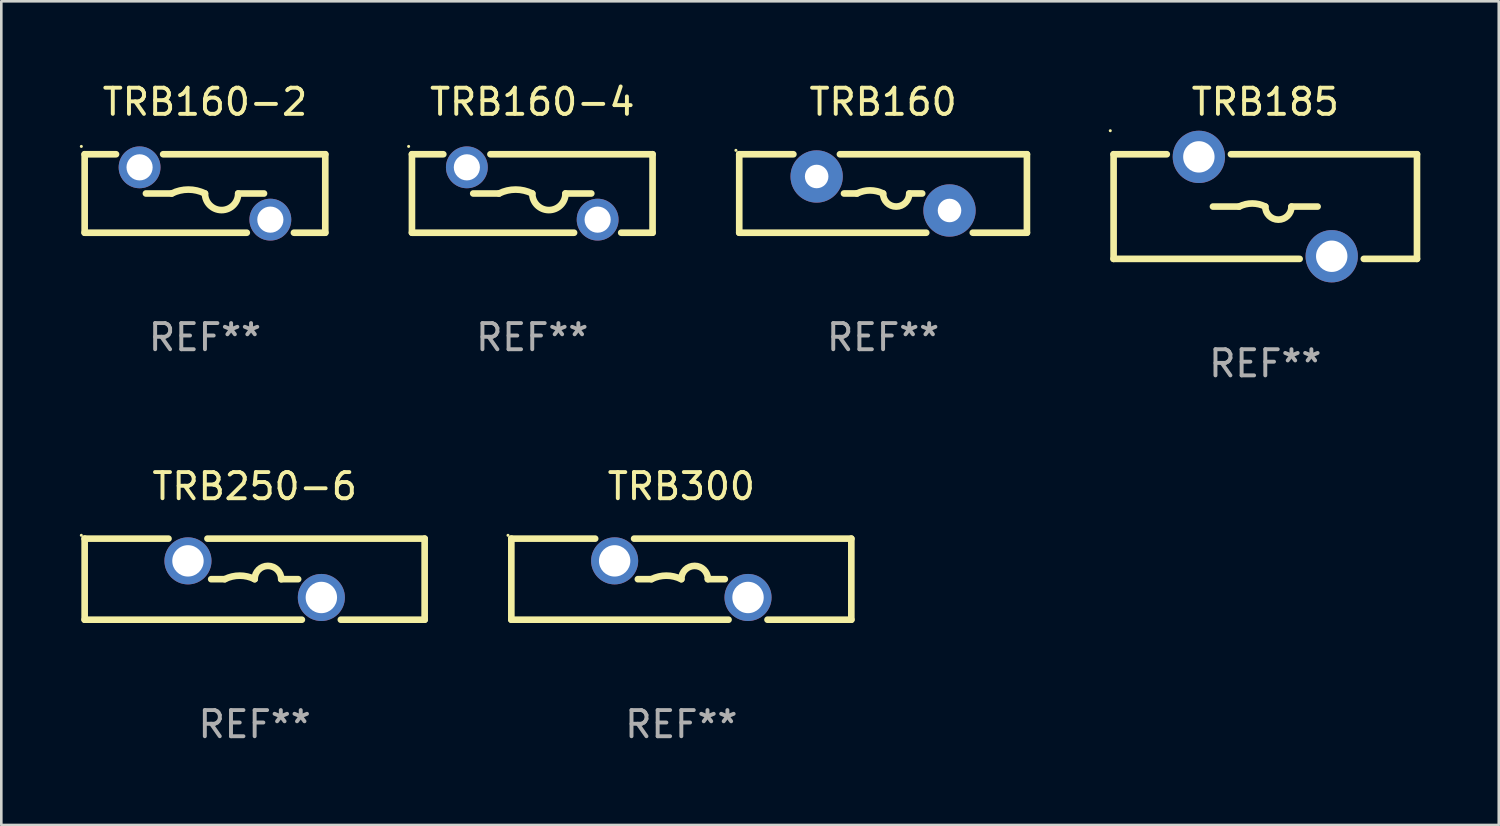
<source format=kicad_pcb>
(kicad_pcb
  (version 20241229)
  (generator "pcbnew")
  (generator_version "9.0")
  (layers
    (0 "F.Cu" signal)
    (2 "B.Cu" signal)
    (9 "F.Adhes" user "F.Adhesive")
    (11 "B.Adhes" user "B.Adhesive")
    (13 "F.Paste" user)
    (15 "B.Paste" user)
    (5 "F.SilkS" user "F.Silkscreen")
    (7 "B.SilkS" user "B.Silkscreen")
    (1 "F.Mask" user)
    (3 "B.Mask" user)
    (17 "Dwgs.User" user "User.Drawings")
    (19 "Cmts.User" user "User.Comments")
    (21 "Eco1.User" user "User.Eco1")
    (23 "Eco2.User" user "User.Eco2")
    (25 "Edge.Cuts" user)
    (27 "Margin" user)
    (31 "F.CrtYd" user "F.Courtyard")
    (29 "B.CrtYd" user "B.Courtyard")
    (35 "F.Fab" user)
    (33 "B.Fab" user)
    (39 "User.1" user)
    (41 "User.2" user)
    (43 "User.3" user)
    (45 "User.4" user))
  (footprint "TRB160"
    (layer "F.Cu")
    (at 30.715 4.348)
    (property "Reference" "TRB160" (at 0 -3.5 0) (layer "F.SilkS") (effects (font (size 1 1) (thickness 0.15))))
    (attr through_hole)
    (fp_line (start -5.5 -1.5) (end -5.5 1.5) (stroke (width 0.254) (type solid)) (layer "F.SilkS"))
    (fp_line (start -5.5 -1.5) (end -3.43 -1.5) (stroke (width 0.254) (type solid)) (layer "F.SilkS"))
    (fp_line (start -5.5 1.5) (end 1.65 1.5) (stroke (width 0.254) (type solid)) (layer "F.SilkS"))
    (fp_line (start -1.65 -1.5) (end 5.5 -1.5) (stroke (width 0.254) (type solid)) (layer "F.SilkS"))
    (fp_line (start -1 -0.000127) (end -1.495 -0.000127) (stroke (width 0.254) (type solid)) (layer "F.SilkS"))
    (fp_line (start 1.001 -0.000127) (end 1.495 -0.000127) (stroke (width 0.254) (type solid)) (layer "F.SilkS"))
    (fp_line (start 3.43 1.5) (end 5.5 1.5) (stroke (width 0.254) (type solid)) (layer "F.SilkS"))
    (fp_line (start 5.5 -1.5) (end 5.5 1.5) (stroke (width 0.254) (type solid)) (layer "F.SilkS"))
    (fp_arc (start -1 -0.000127) (mid -0.5 -0.118148) (end 0 -0.000127) (stroke (width 0.254001) (type solid)) (layer "F.SilkS"))
    (fp_arc (start 1.000762 -0.000127) (mid 0.500381 0.5) (end 0 -0.000127) (stroke (width 0.254001) (type solid)) (layer "F.SilkS"))
    (fp_circle (center -5.627 -1.65) (end -5.597 -1.65) (stroke (width 0.06) (type solid)) (fill no) (layer "F.SilkS"))
    (fp_text user "REF**" (at 0 5.5 0) (layer "F.Fab") (effects (font (size 1 1) (thickness 0.15))))
    (pad "1" thru_hole circle (at -2.54 -0.65) (size 2 2) (drill 0.9) (layers "*.Cu" "*.Mask"))
    (pad "2" thru_hole circle (at 2.54 0.65) (size 2 2) (drill 0.9) (layers "*.Cu" "*.Mask")))
  (footprint "TRB300"
    (layer "F.Cu")
    (at 23.001 19.095)
    (property "Reference" "TRB300" (at 0 -3.55 0) (layer "F.SilkS") (effects (font (size 1 1) (thickness 0.15))))
    (attr through_hole)
    (fp_line (start -6.5 1.55) (end -6.5 -1.55) (stroke (width 0.254) (type solid)) (layer "F.SilkS"))
    (fp_line (start -6.5 1.55) (end 1.805 1.55) (stroke (width 0.254) (type solid)) (layer "F.SilkS"))
    (fp_line (start -6.5 -1.55) (end -3.295 -1.55) (stroke (width 0.254) (type solid)) (layer "F.SilkS"))
    (fp_line (start -1.805 -1.55) (end 6.5 -1.55) (stroke (width 0.254) (type solid)) (layer "F.SilkS"))
    (fp_line (start -1.662 0) (end -1.143 0) (stroke (width 0.254) (type solid)) (layer "F.SilkS"))
    (fp_line (start 1.662 0) (end 1.016 0) (stroke (width 0.254) (type solid)) (layer "F.SilkS"))
    (fp_line (start 3.295 1.55) (end 6.5 1.55) (stroke (width 0.254) (type solid)) (layer "F.SilkS"))
    (fp_line (start 6.5 -1.55) (end 6.5 1.55) (stroke (width 0.254) (type solid)) (layer "F.SilkS"))
    (fp_arc (start -1.143002 0) (mid -0.571501 -0.134913) (end 0 0) (stroke (width 0.254001) (type solid)) (layer "F.SilkS"))
    (fp_arc (start 0 0) (mid 0.508001 -0.508001) (end 1.016002 0) (stroke (width 0.254001) (type solid)) (layer "F.SilkS"))
    (fp_circle (center -6.627 -1.677) (end -6.597 -1.677) (stroke (width 0.06) (type solid)) (fill no) (layer "F.SilkS"))
    (fp_text user "REF**" (at 0 5.55 0) (layer "F.Fab") (effects (font (size 1 1) (thickness 0.15))))
    (pad "1" thru_hole circle (at -2.55 -0.7) (size 1.8 1.8) (drill 1.2) (layers "*.Cu" "*.Mask"))
    (pad "2" thru_hole circle (at 2.55 0.7) (size 1.8 1.8) (drill 1.2) (layers "*.Cu" "*.Mask")))
  (footprint "TRB250-6"
    (layer "F.Cu")
    (at 6.687 19.095)
    (property "Reference" "TRB250-6" (at 0 -3.55 0) (layer "F.SilkS") (effects (font (size 1 1) (thickness 0.15))))
    (attr through_hole)
    (fp_line (start -6.5 1.55) (end -6.5 -1.55) (stroke (width 0.254) (type solid)) (layer "F.SilkS"))
    (fp_line (start -6.5 1.55) (end 1.805 1.55) (stroke (width 0.254) (type solid)) (layer "F.SilkS"))
    (fp_line (start -6.5 -1.55) (end -3.295 -1.55) (stroke (width 0.254) (type solid)) (layer "F.SilkS"))
    (fp_line (start -1.805 -1.55) (end 6.5 -1.55) (stroke (width 0.254) (type solid)) (layer "F.SilkS"))
    (fp_line (start -1.662 0) (end -1.143 0) (stroke (width 0.254) (type solid)) (layer "F.SilkS"))
    (fp_line (start 1.662 0) (end 1.016 0) (stroke (width 0.254) (type solid)) (layer "F.SilkS"))
    (fp_line (start 3.295 1.55) (end 6.5 1.55) (stroke (width 0.254) (type solid)) (layer "F.SilkS"))
    (fp_line (start 6.5 -1.55) (end 6.5 1.55) (stroke (width 0.254) (type solid)) (layer "F.SilkS"))
    (fp_arc (start -1.143002 0) (mid -0.571501 -0.134913) (end 0 0) (stroke (width 0.254001) (type solid)) (layer "F.SilkS"))
    (fp_arc (start 0 0) (mid 0.508001 -0.508001) (end 1.016002 0) (stroke (width 0.254001) (type solid)) (layer "F.SilkS"))
    (fp_circle (center -6.627 -1.677) (end -6.597 -1.677) (stroke (width 0.06) (type solid)) (fill no) (layer "F.SilkS"))
    (fp_text user "REF**" (at 0 5.55 0) (layer "F.Fab") (effects (font (size 1 1) (thickness 0.15))))
    (pad "1" thru_hole circle (at -2.55 -0.7) (size 1.8 1.8) (drill 1.2) (layers "*.Cu" "*.Mask"))
    (pad "2" thru_hole circle (at 2.55 0.7) (size 1.8 1.8) (drill 1.2) (layers "*.Cu" "*.Mask")))
  (footprint "TRB160-4"
    (layer "F.Cu")
    (at 17.301 4.348)
    (property "Reference" "TRB160-4" (at 0 -3.5 0) (layer "F.SilkS") (effects (font (size 1 1) (thickness 0.15))))
    (attr through_hole)
    (fp_line (start -4.6 -1.5) (end -3.401 -1.5) (stroke (width 0.254) (type solid)) (layer "F.SilkS"))
    (fp_line (start -4.6 1.5) (end -4.6 -1.5) (stroke (width 0.254) (type solid)) (layer "F.SilkS"))
    (fp_line (start -4.6 1.5) (end 1.599 1.5) (stroke (width 0.254) (type solid)) (layer "F.SilkS"))
    (fp_line (start -2.257 0.000127) (end -1.27 0.000127) (stroke (width 0.254) (type solid)) (layer "F.SilkS"))
    (fp_line (start -1.599 -1.5) (end 4.6 -1.5) (stroke (width 0.254) (type solid)) (layer "F.SilkS"))
    (fp_line (start 2.257 0.000127) (end 1.27 0.000127) (stroke (width 0.254) (type solid)) (layer "F.SilkS"))
    (fp_line (start 3.401 1.5) (end 4.6 1.5) (stroke (width 0.254) (type solid)) (layer "F.SilkS"))
    (fp_line (start 4.6 -1.5) (end 4.6 1.5) (stroke (width 0.254) (type solid)) (layer "F.SilkS"))
    (fp_arc (start -1.270003 0.000127) (mid -0.635001 -0.149777) (end 0 0.000127) (stroke (width 0.254001) (type solid)) (layer "F.SilkS"))
    (fp_arc (start 1.270003 0.000127) (mid 0.635129 0.634443) (end 0.000635 -0.000253) (stroke (width 0.254001) (type solid)) (layer "F.SilkS"))
    (fp_circle (center -4.727 -1.8) (end -4.697 -1.8) (stroke (width 0.06) (type solid)) (fill no) (layer "F.SilkS"))
    (fp_text user "REF**" (at 0 5.5 0) (layer "F.Fab") (effects (font (size 1 1) (thickness 0.15))))
    (pad "1" thru_hole circle (at -2.5 -1) (size 1.6 1.6) (drill 1) (layers "*.Cu" "*.Mask"))
    (pad "2" thru_hole circle (at 2.5 1) (size 1.6 1.6) (drill 1) (layers "*.Cu" "*.Mask")))
  (footprint "TRB185"
    (layer "F.Cu")
    (at 45.329 4.848)
    (property "Reference" "TRB185" (at 0 -4 0) (layer "F.SilkS") (effects (font (size 1 1) (thickness 0.15))))
    (attr through_hole)
    (fp_line (start -5.8 -2) (end -5.8 2) (stroke (width 0.254) (type solid)) (layer "F.SilkS"))
    (fp_line (start -5.8 -2) (end -3.767 -2) (stroke (width 0.254) (type solid)) (layer "F.SilkS"))
    (fp_line (start -5.8 2) (end 1.313 2) (stroke (width 0.254) (type solid)) (layer "F.SilkS"))
    (fp_line (start -1.313 -2) (end 5.8 -2) (stroke (width 0.254) (type solid)) (layer "F.SilkS"))
    (fp_line (start -1 0) (end -2 0) (stroke (width 0.254) (type solid)) (layer "F.SilkS"))
    (fp_line (start 1 0) (end 2 0) (stroke (width 0.254) (type solid)) (layer "F.SilkS"))
    (fp_line (start 3.767 2) (end 5.8 2) (stroke (width 0.254) (type solid)) (layer "F.SilkS"))
    (fp_line (start 5.8 -2) (end 5.8 2) (stroke (width 0.254) (type solid)) (layer "F.SilkS"))
    (fp_arc (start -1 0) (mid -0.5 -0.118021) (end 0 0) (stroke (width 0.254001) (type solid)) (layer "F.SilkS"))
    (fp_arc (start 1.000762 0) (mid 0.500381 0.500127) (end 0 0) (stroke (width 0.254001) (type solid)) (layer "F.SilkS"))
    (fp_circle (center -5.927 -2.9) (end -5.897 -2.9) (stroke (width 0.06) (type solid)) (fill no) (layer "F.SilkS"))
    (fp_text user "REF**" (at 0 6 0) (layer "F.Fab") (effects (font (size 1 1) (thickness 0.15))))
    (pad "1" thru_hole circle (at -2.54 -1.9) (size 2 2) (drill 1.2) (layers "*.Cu" "*.Mask"))
    (pad "2" thru_hole circle (at 2.54 1.9) (size 2 2) (drill 1.2) (layers "*.Cu" "*.Mask")))
  (footprint "TRB160-2"
    (layer "F.Cu")
    (at 4.787 4.348)
    (property "Reference" "TRB160-2" (at 0 -3.5 0) (layer "F.SilkS") (effects (font (size 1 1) (thickness 0.15))))
    (attr through_hole)
    (fp_line (start -4.6 -1.5) (end -3.401 -1.5) (stroke (width 0.254) (type solid)) (layer "F.SilkS"))
    (fp_line (start -4.6 1.5) (end -4.6 -1.5) (stroke (width 0.254) (type solid)) (layer "F.SilkS"))
    (fp_line (start -4.6 1.5) (end 1.599 1.5) (stroke (width 0.254) (type solid)) (layer "F.SilkS"))
    (fp_line (start -2.257 0.000127) (end -1.27 0.000127) (stroke (width 0.254) (type solid)) (layer "F.SilkS"))
    (fp_line (start -1.599 -1.5) (end 4.6 -1.5) (stroke (width 0.254) (type solid)) (layer "F.SilkS"))
    (fp_line (start 2.257 0.000127) (end 1.27 0.000127) (stroke (width 0.254) (type solid)) (layer "F.SilkS"))
    (fp_line (start 3.401 1.5) (end 4.6 1.5) (stroke (width 0.254) (type solid)) (layer "F.SilkS"))
    (fp_line (start 4.6 -1.5) (end 4.6 1.5) (stroke (width 0.254) (type solid)) (layer "F.SilkS"))
    (fp_arc (start -1.270003 0.000127) (mid -0.635001 -0.149777) (end 0 0.000127) (stroke (width 0.254001) (type solid)) (layer "F.SilkS"))
    (fp_arc (start 1.270003 0.000127) (mid 0.635129 0.634443) (end 0.000635 -0.000253) (stroke (width 0.254001) (type solid)) (layer "F.SilkS"))
    (fp_circle (center -4.727 -1.8) (end -4.697 -1.8) (stroke (width 0.06) (type solid)) (fill no) (layer "F.SilkS"))
    (fp_text user "REF**" (at 0 5.5 0) (layer "F.Fab") (effects (font (size 1 1) (thickness 0.15))))
    (pad "1" thru_hole circle (at -2.5 -1) (size 1.6 1.6) (drill 1) (layers "*.Cu" "*.Mask"))
    (pad "2" thru_hole circle (at 2.5 1) (size 1.6 1.6) (drill 1) (layers "*.Cu" "*.Mask")))
  (gr_rect
    (start -3 -3)
    (end 54.256 28.493)
    (stroke (width 0.1) (type default))
    (fill no)
    (layer "Edge.Cuts")))
</source>
